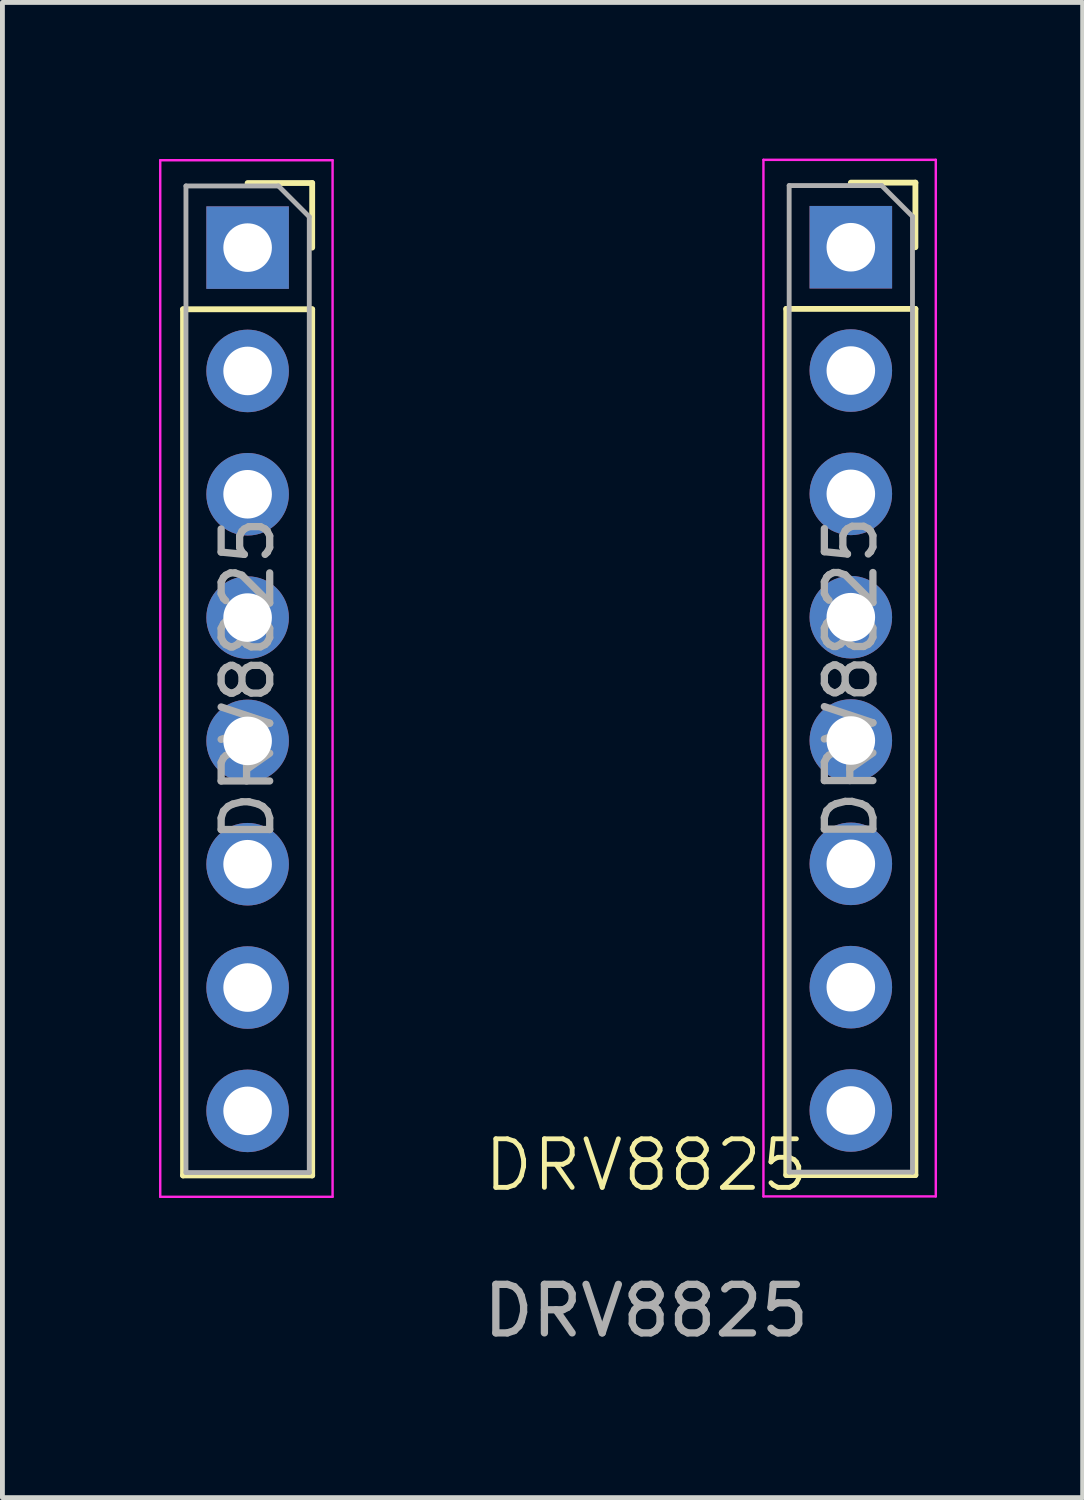
<source format=kicad_pcb>
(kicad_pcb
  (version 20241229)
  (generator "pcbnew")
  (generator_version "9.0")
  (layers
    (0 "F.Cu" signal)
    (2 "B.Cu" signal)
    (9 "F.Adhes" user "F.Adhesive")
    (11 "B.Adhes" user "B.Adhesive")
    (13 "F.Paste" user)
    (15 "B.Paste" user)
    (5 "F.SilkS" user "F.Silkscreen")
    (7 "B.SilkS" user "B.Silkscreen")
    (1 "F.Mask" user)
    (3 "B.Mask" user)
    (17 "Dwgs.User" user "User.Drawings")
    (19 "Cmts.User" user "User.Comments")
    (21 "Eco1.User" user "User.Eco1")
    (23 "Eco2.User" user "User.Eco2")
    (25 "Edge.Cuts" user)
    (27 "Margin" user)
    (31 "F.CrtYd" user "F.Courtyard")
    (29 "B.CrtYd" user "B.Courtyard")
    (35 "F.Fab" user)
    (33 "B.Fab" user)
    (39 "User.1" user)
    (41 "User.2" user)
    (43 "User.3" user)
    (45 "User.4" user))
  (footprint "DRV8825"
    (layer "F.Cu")
    (at 0.25 0.25)
    (property "Reference" "DRV8825" (at 10.008 20.698 0) (unlocked yes) (layer "F.SilkS") (effects (font (size 1 1) (thickness 0.1))))
    (attr through_hole)
    (fp_line (start 0.47 3.07) (end 0.47 20.91) (stroke (width 0.12) (type solid)) (layer "F.SilkS"))
    (fp_line (start 0.47 3.07) (end 3.13 3.07) (stroke (width 0.12) (type solid)) (layer "F.SilkS"))
    (fp_line (start 0.47 20.91) (end 3.13 20.91) (stroke (width 0.12) (type solid)) (layer "F.SilkS"))
    (fp_line (start 1.8 0.47) (end 3.13 0.47) (stroke (width 0.12) (type solid)) (layer "F.SilkS"))
    (fp_line (start 3.13 0.47) (end 3.13 1.8) (stroke (width 0.12) (type solid)) (layer "F.SilkS"))
    (fp_line (start 3.13 3.07) (end 3.13 20.91) (stroke (width 0.12) (type solid)) (layer "F.SilkS"))
    (fp_line (start 12.894 3.062) (end 12.894 20.902) (stroke (width 0.12) (type solid)) (layer "F.SilkS"))
    (fp_line (start 12.894 3.062) (end 15.554 3.062) (stroke (width 0.12) (type solid)) (layer "F.SilkS"))
    (fp_line (start 12.894 20.902) (end 15.554 20.902) (stroke (width 0.12) (type solid)) (layer "F.SilkS"))
    (fp_line (start 14.224 0.462) (end 15.554 0.462) (stroke (width 0.12) (type solid)) (layer "F.SilkS"))
    (fp_line (start 15.554 0.462) (end 15.554 1.792) (stroke (width 0.12) (type solid)) (layer "F.SilkS"))
    (fp_line (start 15.554 3.062) (end 15.554 20.902) (stroke (width 0.12) (type solid)) (layer "F.SilkS"))
    (fp_line (start 0 0) (end 3.55 0) (stroke (width 0.05) (type solid)) (layer "F.CrtYd"))
    (fp_line (start 0 21.35) (end 0 0) (stroke (width 0.05) (type solid)) (layer "F.CrtYd"))
    (fp_line (start 3.55 0) (end 3.55 21.35) (stroke (width 0.05) (type solid)) (layer "F.CrtYd"))
    (fp_line (start 3.55 21.35) (end 0 21.35) (stroke (width 0.05) (type solid)) (layer "F.CrtYd"))
    (fp_line (start 12.424 -0.008) (end 15.974 -0.008) (stroke (width 0.05) (type solid)) (layer "F.CrtYd"))
    (fp_line (start 12.424 21.342) (end 12.424 -0.008) (stroke (width 0.05) (type solid)) (layer "F.CrtYd"))
    (fp_line (start 15.974 -0.008) (end 15.974 21.342) (stroke (width 0.05) (type solid)) (layer "F.CrtYd"))
    (fp_line (start 15.974 21.342) (end 12.424 21.342) (stroke (width 0.05) (type solid)) (layer "F.CrtYd"))
    (fp_line (start 0.53 0.53) (end 2.435 0.53) (stroke (width 0.1) (type solid)) (layer "F.Fab"))
    (fp_line (start 0.53 20.85) (end 0.53 0.53) (stroke (width 0.1) (type solid)) (layer "F.Fab"))
    (fp_line (start 2.435 0.53) (end 3.07 1.165) (stroke (width 0.1) (type solid)) (layer "F.Fab"))
    (fp_line (start 3.07 1.165) (end 3.07 20.85) (stroke (width 0.1) (type solid)) (layer "F.Fab"))
    (fp_line (start 3.07 20.85) (end 0.53 20.85) (stroke (width 0.1) (type solid)) (layer "F.Fab"))
    (fp_line (start 12.954 0.522) (end 14.859 0.522) (stroke (width 0.1) (type solid)) (layer "F.Fab"))
    (fp_line (start 12.954 20.842) (end 12.954 0.522) (stroke (width 0.1) (type solid)) (layer "F.Fab"))
    (fp_line (start 14.859 0.522) (end 15.494 1.157) (stroke (width 0.1) (type solid)) (layer "F.Fab"))
    (fp_line (start 15.494 1.157) (end 15.494 20.842) (stroke (width 0.1) (type solid)) (layer "F.Fab"))
    (fp_line (start 15.494 20.842) (end 12.954 20.842) (stroke (width 0.1) (type solid)) (layer "F.Fab"))
    (fp_text user "${REFERENCE}" (at 1.8 10.69 90) (layer "F.Fab") (effects (font (size 1 1) (thickness 0.15))))
    (fp_text user "${REFERENCE}" (at 10.008 23.698 0) (unlocked yes) (layer "F.Fab") (effects (font (size 1 1) (thickness 0.15))))
    (fp_text user "${REFERENCE}" (at 14.224 10.682 90) (layer "F.Fab") (effects (font (size 1 1) (thickness 0.15))))
    (pad "1" thru_hole rect (at 1.8 1.8) (size 1.7 1.7) (drill 1) (layers "*.Cu" "*.Mask"))
    (pad "2" thru_hole oval (at 1.8 4.34) (size 1.7 1.7) (drill 1) (layers "*.Cu" "*.Mask"))
    (pad "3" thru_hole oval (at 1.8 6.88) (size 1.7 1.7) (drill 1) (layers "*.Cu" "*.Mask"))
    (pad "4" thru_hole oval (at 1.8 9.42) (size 1.7 1.7) (drill 1) (layers "*.Cu" "*.Mask"))
    (pad "5" thru_hole oval (at 1.8 11.96) (size 1.7 1.7) (drill 1) (layers "*.Cu" "*.Mask"))
    (pad "6" thru_hole oval (at 1.8 14.5) (size 1.7 1.7) (drill 1) (layers "*.Cu" "*.Mask"))
    (pad "7" thru_hole oval (at 1.8 17.04) (size 1.7 1.7) (drill 1) (layers "*.Cu" "*.Mask"))
    (pad "8" thru_hole oval (at 1.8 19.58) (size 1.7 1.7) (drill 1) (layers "*.Cu" "*.Mask"))
    (pad "9" thru_hole rect (at 14.224 1.792) (size 1.7 1.7) (drill 1) (layers "*.Cu" "*.Mask"))
    (pad "10" thru_hole oval (at 14.224 4.332) (size 1.7 1.7) (drill 1) (layers "*.Cu" "*.Mask"))
    (pad "11" thru_hole oval (at 14.224 6.872) (size 1.7 1.7) (drill 1) (layers "*.Cu" "*.Mask"))
    (pad "12" thru_hole oval (at 14.224 9.412) (size 1.7 1.7) (drill 1) (layers "*.Cu" "*.Mask"))
    (pad "13" thru_hole oval (at 14.224 11.952) (size 1.7 1.7) (drill 1) (layers "*.Cu" "*.Mask"))
    (pad "14" thru_hole oval (at 14.224 14.492) (size 1.7 1.7) (drill 1) (layers "*.Cu" "*.Mask"))
    (pad "15" thru_hole oval (at 14.224 17.032) (size 1.7 1.7) (drill 1) (layers "*.Cu" "*.Mask"))
    (pad "16" thru_hole oval (at 14.224 19.572) (size 1.7 1.7) (drill 1) (layers "*.Cu" "*.Mask")))
  (gr_rect
    (start -3 -3)
    (end 19.249 27.796)
    (stroke (width 0.1) (type default))
    (fill no)
    (layer "Edge.Cuts")))
</source>
